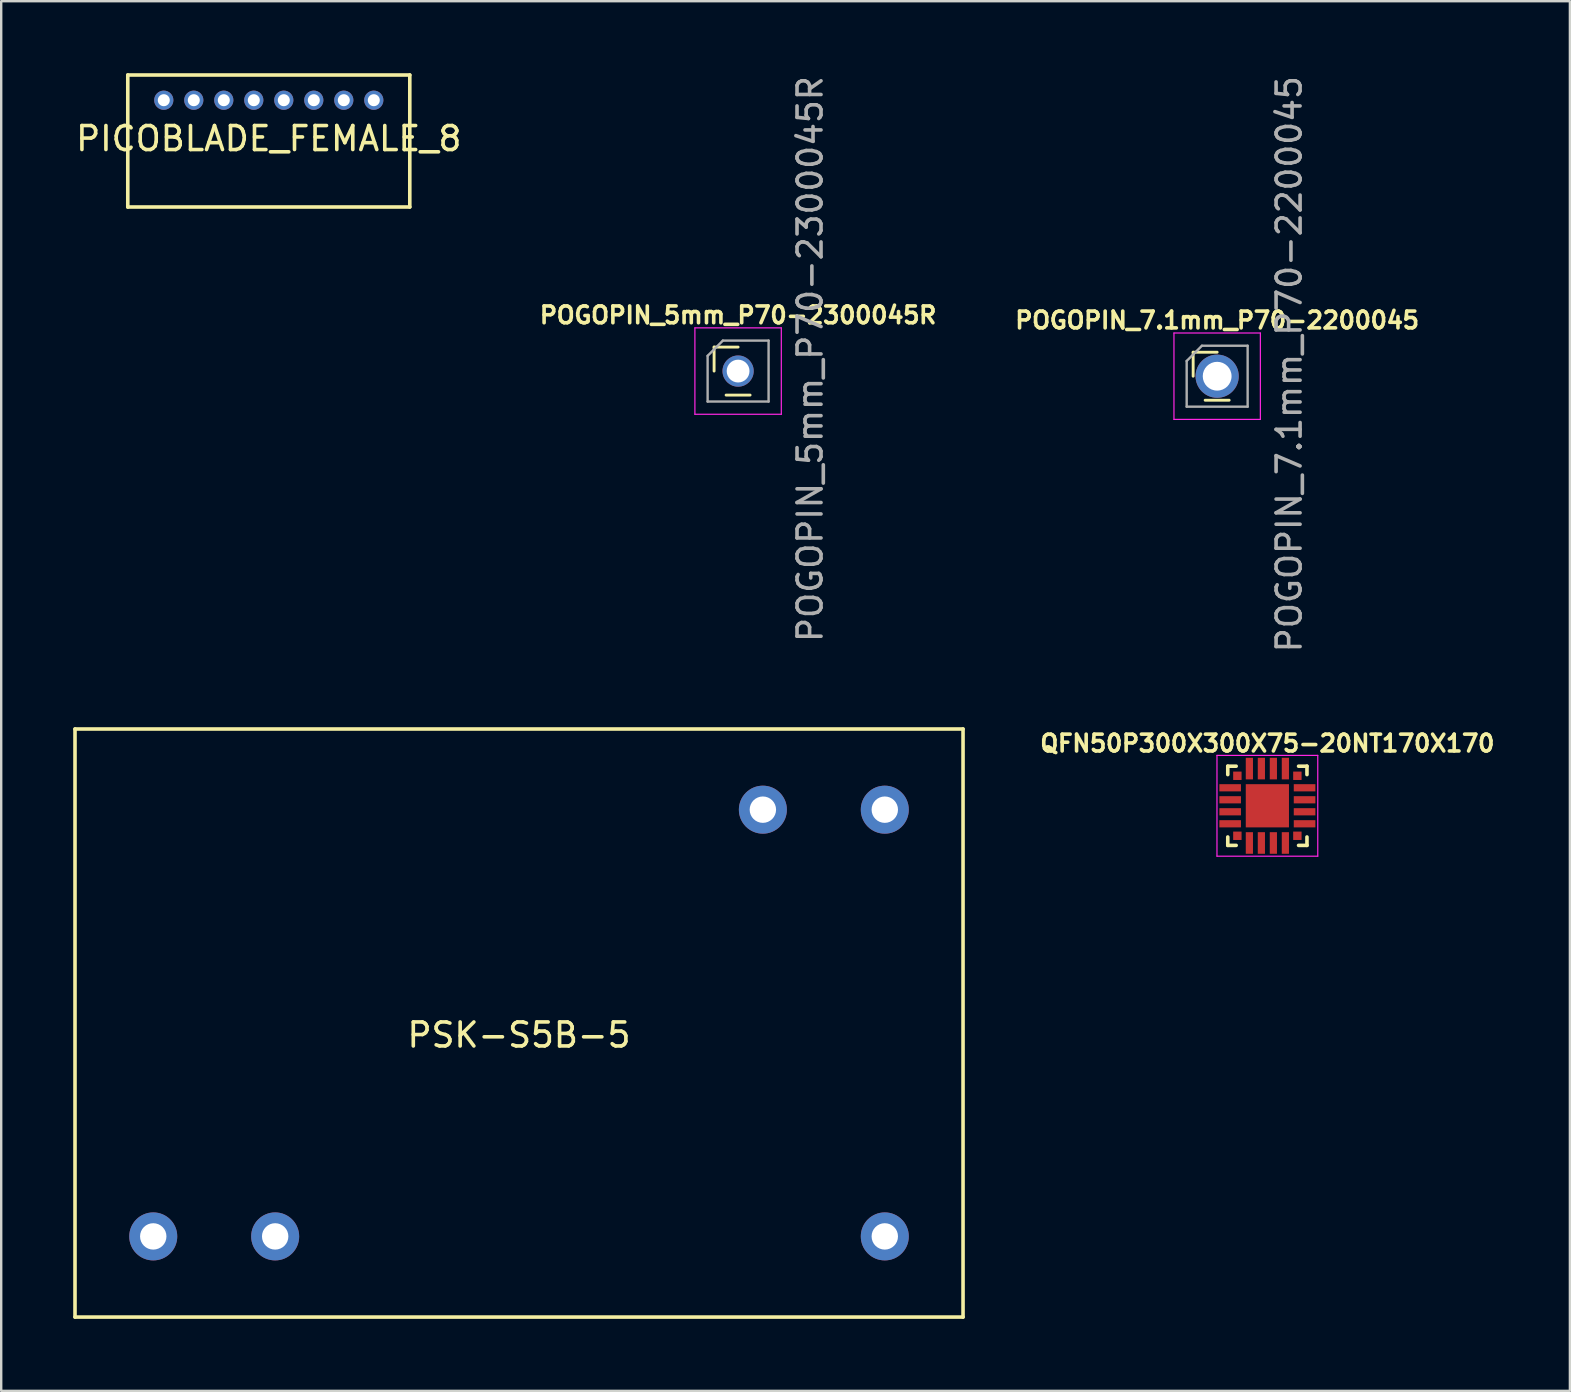
<source format=kicad_pcb>
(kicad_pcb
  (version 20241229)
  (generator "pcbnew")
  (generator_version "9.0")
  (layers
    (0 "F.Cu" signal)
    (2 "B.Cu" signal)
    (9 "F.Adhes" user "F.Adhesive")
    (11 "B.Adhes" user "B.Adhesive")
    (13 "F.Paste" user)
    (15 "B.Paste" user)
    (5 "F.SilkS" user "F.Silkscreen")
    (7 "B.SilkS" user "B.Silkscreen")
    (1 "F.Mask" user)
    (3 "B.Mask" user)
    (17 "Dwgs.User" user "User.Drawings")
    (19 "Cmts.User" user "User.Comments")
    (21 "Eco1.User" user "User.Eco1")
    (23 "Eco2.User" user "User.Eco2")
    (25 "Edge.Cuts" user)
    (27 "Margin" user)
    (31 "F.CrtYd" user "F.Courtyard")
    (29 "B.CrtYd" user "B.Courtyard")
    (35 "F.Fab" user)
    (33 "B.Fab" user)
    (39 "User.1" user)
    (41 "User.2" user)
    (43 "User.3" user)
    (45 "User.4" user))
  (footprint "PSK-S5B-5"
    (layer "F.Cu")
    (at 18.575 39.575)
    (property "Reference" "PSK-S5B-5" (at 0 0.5 0) (layer "F.SilkS") (effects (font (size 1 1) (thickness 0.15))))
    (attr through_hole)
    (fp_line (start -18.5 -12.25) (end -18.5 12.25) (stroke (width 0.15) (type solid)) (layer "F.SilkS"))
    (fp_line (start -18.5 -12.25) (end 18.5 -12.25) (stroke (width 0.15) (type solid)) (layer "F.SilkS"))
    (fp_line (start -18.5 12.25) (end 18.5 12.25) (stroke (width 0.15) (type solid)) (layer "F.SilkS"))
    (fp_line (start 18.5 -12.25) (end 18.5 12.25) (stroke (width 0.15) (type solid)) (layer "F.SilkS"))
    (pad "1" thru_hole circle (at -15.24 8.89) (size 2 2) (drill 1.1) (layers "*.Cu" "*.Mask"))
    (pad "3" thru_hole circle (at -10.16 8.89) (size 2 2) (drill 1.1) (layers "*.Cu" "*.Mask"))
    (pad "13" thru_hole circle (at 15.24 8.89) (size 2 2) (drill 1.1) (layers "*.Cu" "*.Mask"))
    (pad "14" thru_hole circle (at 15.24 -8.89) (size 2 2) (drill 1.1) (layers "*.Cu" "*.Mask"))
    (pad "16" thru_hole circle (at 10.16 -8.89) (size 2 2) (drill 1.1) (layers "*.Cu" "*.Mask")))
  (footprint "QFN50P300X300X75-20NT170X170"
    (layer "F.Cu")
    (at 49.755 30.523)
    (property "Reference" "QFN50P300X300X75-20NT170X170" (at 0 -2.6 0) (layer "F.SilkS") (effects (font (size 0.7 0.7) (thickness 0.15))))
    (attr smd)
    (fp_line (start -1.65 -1.65) (end -1.65 -1.3) (stroke (width 0.15) (type solid)) (layer "F.SilkS"))
    (fp_line (start -1.65 -1.65) (end -1.3 -1.65) (stroke (width 0.15) (type solid)) (layer "F.SilkS"))
    (fp_line (start -1.65 1.65) (end -1.65 1.3) (stroke (width 0.15) (type solid)) (layer "F.SilkS"))
    (fp_line (start -1.65 1.65) (end -1.3 1.65) (stroke (width 0.15) (type solid)) (layer "F.SilkS"))
    (fp_line (start 1.65 -1.65) (end 1.3 -1.65) (stroke (width 0.15) (type solid)) (layer "F.SilkS"))
    (fp_line (start 1.65 -1.65) (end 1.65 -1.3) (stroke (width 0.15) (type solid)) (layer "F.SilkS"))
    (fp_line (start 1.65 1.65) (end 1.3 1.65) (stroke (width 0.15) (type solid)) (layer "F.SilkS"))
    (fp_line (start 1.65 1.65) (end 1.65 1.3) (stroke (width 0.15) (type solid)) (layer "F.SilkS"))
    (fp_line (start -2.1 -2.1) (end -2.1 2.1) (stroke (width 0.05) (type solid)) (layer "F.CrtYd"))
    (fp_line (start -2.1 -2.1) (end 2.1 -2.1) (stroke (width 0.05) (type solid)) (layer "F.CrtYd"))
    (fp_line (start -2.1 2.1) (end 2.1 2.1) (stroke (width 0.05) (type solid)) (layer "F.CrtYd"))
    (fp_line (start 2.1 -2.1) (end 2.1 2.1) (stroke (width 0.05) (type solid)) (layer "F.CrtYd"))
    (pad "1" smd rect (at -1.25 -1.25) (size 0.35 0.35) (layers "F.Cu" "F.Mask" "F.Paste"))
    (pad "2" smd rect (at -1.55 -0.75) (size 0.9 0.3) (layers "F.Cu" "F.Mask" "F.Paste"))
    (pad "3" smd rect (at -1.55 -0.25) (size 0.9 0.3) (layers "F.Cu" "F.Mask" "F.Paste"))
    (pad "4" smd rect (at -1.55 0.25) (size 0.9 0.3) (layers "F.Cu" "F.Mask" "F.Paste"))
    (pad "5" smd rect (at -1.55 0.75) (size 0.9 0.3) (layers "F.Cu" "F.Mask" "F.Paste"))
    (pad "6" smd rect (at -1.25 1.25) (size 0.35 0.35) (layers "F.Cu" "F.Mask" "F.Paste"))
    (pad "7" smd rect (at -0.75 1.55) (size 0.3 0.9) (layers "F.Cu" "F.Mask" "F.Paste"))
    (pad "8" smd rect (at -0.25 1.55) (size 0.3 0.9) (layers "F.Cu" "F.Mask" "F.Paste"))
    (pad "9" smd rect (at 0.25 1.55) (size 0.3 0.9) (layers "F.Cu" "F.Mask" "F.Paste"))
    (pad "10" smd rect (at 0.75 1.55) (size 0.3 0.9) (layers "F.Cu" "F.Mask" "F.Paste"))
    (pad "11" smd rect (at 1.25 1.25) (size 0.35 0.35) (layers "F.Cu" "F.Mask" "F.Paste"))
    (pad "12" smd rect (at 1.55 0.75) (size 0.9 0.3) (layers "F.Cu" "F.Mask" "F.Paste"))
    (pad "13" smd rect (at 1.55 0.25) (size 0.9 0.3) (layers "F.Cu" "F.Mask" "F.Paste"))
    (pad "14" smd rect (at 1.55 -0.25) (size 0.9 0.3) (layers "F.Cu" "F.Mask" "F.Paste"))
    (pad "15" smd rect (at 1.55 -0.75) (size 0.9 0.3) (layers "F.Cu" "F.Mask" "F.Paste"))
    (pad "16" smd rect (at 1.25 -1.25) (size 0.35 0.35) (layers "F.Cu" "F.Mask" "F.Paste"))
    (pad "17" smd rect (at 0.75 -1.55) (size 0.3 0.9) (layers "F.Cu" "F.Mask" "F.Paste"))
    (pad "18" smd rect (at 0.25 -1.55) (size 0.3 0.9) (layers "F.Cu" "F.Mask" "F.Paste"))
    (pad "19" smd rect (at -0.25 -1.55) (size 0.3 0.9) (layers "F.Cu" "F.Mask" "F.Paste"))
    (pad "20" smd rect (at -0.75 -1.55) (size 0.3 0.9) (layers "F.Cu" "F.Mask" "F.Paste"))
    (pad "21" smd rect (at 0 0) (size 1.8 1.8) (layers "F.Cu" "F.Mask" "F.Paste")))
  (footprint "POGOPIN_7.1mm_P70-2200045"
    (layer "F.Cu")
    (at 47.663 12.625)
    (property "Reference" "POGOPIN_7.1mm_P70-2200045" (at 0 -2.33 0) (layer "F.SilkS") (effects (font (size 0.7 0.7) (thickness 0.15))))
    (attr through_hole)
    (fp_line (start -1 -1) (end 0 -1) (stroke (width 0.12) (type solid)) (layer "F.SilkS"))
    (fp_line (start -1 0) (end -1 -1) (stroke (width 0.12) (type solid)) (layer "F.SilkS"))
    (fp_line (start -0.5 1) (end 0.5 1) (stroke (width 0.12) (type solid)) (layer "F.SilkS"))
    (fp_line (start -1.8 -1.8) (end -1.8 1.8) (stroke (width 0.05) (type solid)) (layer "F.CrtYd"))
    (fp_line (start -1.8 1.8) (end 1.8 1.8) (stroke (width 0.05) (type solid)) (layer "F.CrtYd"))
    (fp_line (start 1.8 -1.8) (end -1.8 -1.8) (stroke (width 0.05) (type solid)) (layer "F.CrtYd"))
    (fp_line (start 1.8 1.8) (end 1.8 -1.8) (stroke (width 0.05) (type solid)) (layer "F.CrtYd"))
    (fp_line (start -1.27 -0.635) (end -0.635 -1.27) (stroke (width 0.1) (type solid)) (layer "F.Fab"))
    (fp_line (start -1.27 1.27) (end -1.27 -0.635) (stroke (width 0.1) (type solid)) (layer "F.Fab"))
    (fp_line (start -0.635 -1.27) (end 1.27 -1.27) (stroke (width 0.1) (type solid)) (layer "F.Fab"))
    (fp_line (start 1.27 -1.27) (end 1.27 1.27) (stroke (width 0.1) (type solid)) (layer "F.Fab"))
    (fp_line (start 1.27 1.27) (end -1.27 1.27) (stroke (width 0.1) (type solid)) (layer "F.Fab"))
    (fp_text user "${REFERENCE}" (at 3 -0.5 90) (layer "F.Fab") (effects (font (size 1 1) (thickness 0.15))))
    (pad "1" thru_hole circle (at 0 0) (size 1.8 1.8) (drill 1.2) (layers "*.Cu" "*.Mask")))
  (footprint "PICOBLADE_FEMALE_8"
    (layer "F.Cu")
    (at 8.149 1.125)
    (property "Reference" "PICOBLADE_FEMALE_8" (at 0 1.6 0) (layer "F.SilkS") (effects (font (size 1 1) (thickness 0.15))))
    (attr through_hole)
    (fp_line (start -5.875 4.45) (end -5.875 -1.05) (stroke (width 0.15) (type solid)) (layer "F.SilkS"))
    (fp_line (start 5.875 -1.05) (end -5.875 -1.05) (stroke (width 0.15) (type solid)) (layer "F.SilkS"))
    (fp_line (start 5.875 4.45) (end -5.875 4.45) (stroke (width 0.15) (type solid)) (layer "F.SilkS"))
    (fp_line (start 5.875 4.45) (end 5.875 -1.05) (stroke (width 0.15) (type solid)) (layer "F.SilkS"))
    (pad "1" thru_hole circle (at -4.375 0) (size 0.8 0.8) (drill 0.5) (layers "*.Cu" "*.Mask"))
    (pad "2" thru_hole circle (at -3.125 0) (size 0.8 0.8) (drill 0.5) (layers "*.Cu" "*.Mask"))
    (pad "3" thru_hole circle (at -1.875 0) (size 0.8 0.8) (drill 0.5) (layers "*.Cu" "*.Mask"))
    (pad "4" thru_hole circle (at -0.625 0) (size 0.8 0.8) (drill 0.5) (layers "*.Cu" "*.Mask"))
    (pad "5" thru_hole circle (at 0.625 0) (size 0.8 0.8) (drill 0.5) (layers "*.Cu" "*.Mask"))
    (pad "6" thru_hole circle (at 1.875 0) (size 0.8 0.8) (drill 0.5) (layers "*.Cu" "*.Mask"))
    (pad "7" thru_hole circle (at 3.125 0) (size 0.8 0.8) (drill 0.5) (layers "*.Cu" "*.Mask"))
    (pad "8" thru_hole circle (at 4.375 0) (size 0.8 0.8) (drill 0.5) (layers "*.Cu" "*.Mask")))
  (footprint "POGOPIN_5mm_P70-2300045R"
    (layer "F.Cu")
    (at 27.703 12.411)
    (property "Reference" "POGOPIN_5mm_P70-2300045R" (at 0 -2.33 0) (layer "F.SilkS") (effects (font (size 0.7 0.7) (thickness 0.15))))
    (attr through_hole)
    (fp_line (start -1 -1) (end 0 -1) (stroke (width 0.12) (type solid)) (layer "F.SilkS"))
    (fp_line (start -1 0) (end -1 -1) (stroke (width 0.12) (type solid)) (layer "F.SilkS"))
    (fp_line (start -0.5 1) (end 0.5 1) (stroke (width 0.12) (type solid)) (layer "F.SilkS"))
    (fp_line (start -1.8 -1.8) (end -1.8 1.8) (stroke (width 0.05) (type solid)) (layer "F.CrtYd"))
    (fp_line (start -1.8 1.8) (end 1.8 1.8) (stroke (width 0.05) (type solid)) (layer "F.CrtYd"))
    (fp_line (start 1.8 -1.8) (end -1.8 -1.8) (stroke (width 0.05) (type solid)) (layer "F.CrtYd"))
    (fp_line (start 1.8 1.8) (end 1.8 -1.8) (stroke (width 0.05) (type solid)) (layer "F.CrtYd"))
    (fp_line (start -1.27 -0.635) (end -0.635 -1.27) (stroke (width 0.1) (type solid)) (layer "F.Fab"))
    (fp_line (start -1.27 1.27) (end -1.27 -0.635) (stroke (width 0.1) (type solid)) (layer "F.Fab"))
    (fp_line (start -0.635 -1.27) (end 1.27 -1.27) (stroke (width 0.1) (type solid)) (layer "F.Fab"))
    (fp_line (start 1.27 -1.27) (end 1.27 1.27) (stroke (width 0.1) (type solid)) (layer "F.Fab"))
    (fp_line (start 1.27 1.27) (end -1.27 1.27) (stroke (width 0.1) (type solid)) (layer "F.Fab"))
    (fp_text user "${REFERENCE}" (at 3 -0.5 90) (layer "F.Fab") (effects (font (size 1 1) (thickness 0.15))))
    (pad "1" thru_hole circle (at 0 0) (size 1.3 1.3) (drill 0.95) (layers "*.Cu" "*.Mask")))
  (gr_rect
    (start -3 -3)
    (end 62.36 54.9)
    (stroke (width 0.1) (type default))
    (fill no)
    (layer "Edge.Cuts")))
</source>
